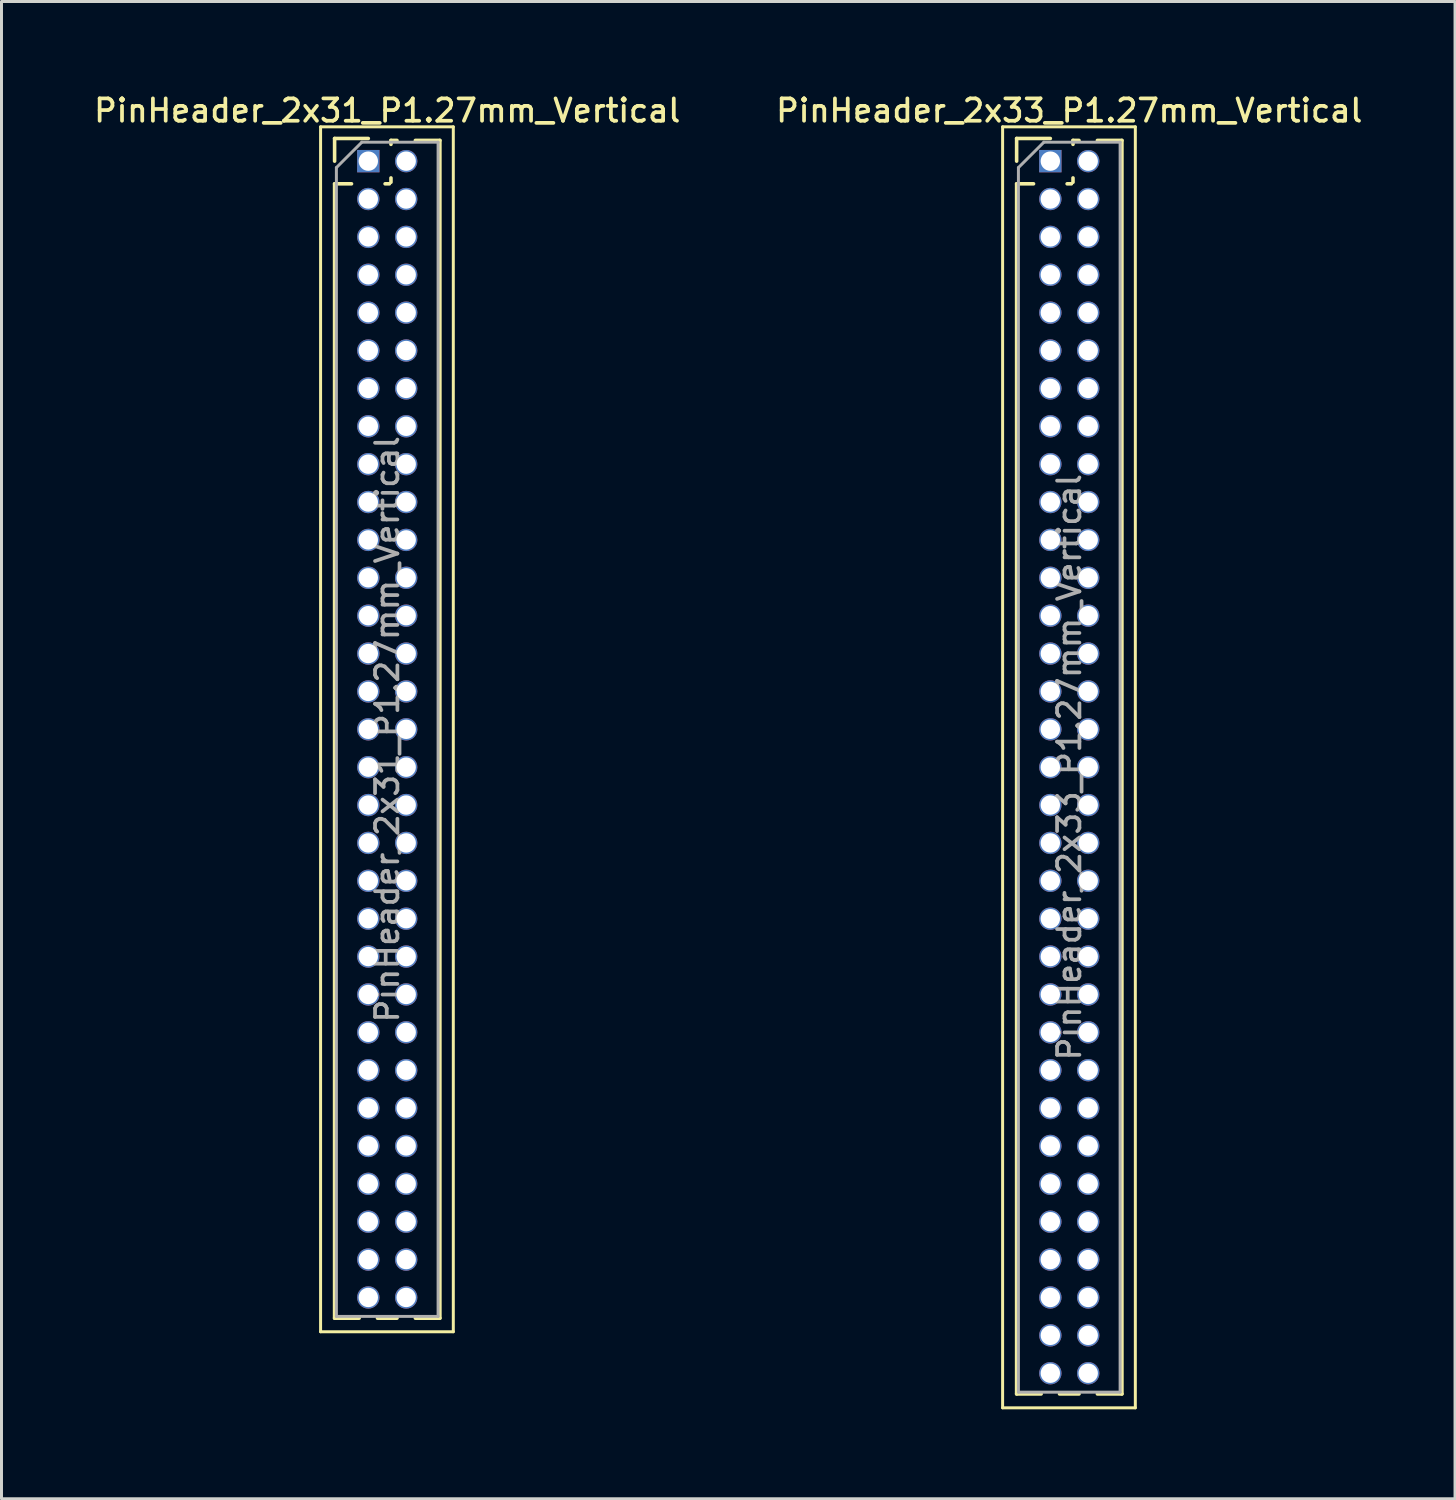
<source format=kicad_pcb>
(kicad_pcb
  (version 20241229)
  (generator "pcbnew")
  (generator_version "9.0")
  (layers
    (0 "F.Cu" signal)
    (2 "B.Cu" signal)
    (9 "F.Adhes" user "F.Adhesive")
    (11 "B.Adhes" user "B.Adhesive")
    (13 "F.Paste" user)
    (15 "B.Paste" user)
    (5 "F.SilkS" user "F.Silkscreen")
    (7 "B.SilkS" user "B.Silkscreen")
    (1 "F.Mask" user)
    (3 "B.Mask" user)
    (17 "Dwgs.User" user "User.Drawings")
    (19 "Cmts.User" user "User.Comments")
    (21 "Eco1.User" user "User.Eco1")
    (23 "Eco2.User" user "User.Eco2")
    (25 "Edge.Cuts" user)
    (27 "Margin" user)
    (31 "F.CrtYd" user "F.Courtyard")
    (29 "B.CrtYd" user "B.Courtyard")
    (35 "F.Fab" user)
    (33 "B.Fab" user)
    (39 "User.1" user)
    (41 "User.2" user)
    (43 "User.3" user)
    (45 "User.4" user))
  (footprint "PinHeader_2x31_P1.27mm_Vertical"
    (layer "F.Cu")
    (at 9.299 2.353)
    (property "Reference" "PinHeader_2x31_P1.27mm_Vertical" (at 0.635 -1.695 0) (layer "F.SilkS") (effects (font (size 0.75 0.75) (thickness 0.125))))
    (attr through_hole)
    (fp_line (start -1.6 -1.15) (end -1.6 39.25) (stroke (width 0.1) (type solid)) (layer "F.SilkS"))
    (fp_line (start -1.6 39.25) (end 2.85 39.25) (stroke (width 0.1) (type solid)) (layer "F.SilkS"))
    (fp_line (start -1.13 -0.76) (end 0 -0.76) (stroke (width 0.12) (type solid)) (layer "F.SilkS"))
    (fp_line (start -1.13 0) (end -1.13 -0.76) (stroke (width 0.12) (type solid)) (layer "F.SilkS"))
    (fp_line (start -1.13 0.76) (end -1.13 38.795) (stroke (width 0.12) (type solid)) (layer "F.SilkS"))
    (fp_line (start -1.13 0.76) (end -0.563 0.76) (stroke (width 0.12) (type solid)) (layer "F.SilkS"))
    (fp_line (start -1.13 38.795) (end -0.308 38.795) (stroke (width 0.12) (type solid)) (layer "F.SilkS"))
    (fp_line (start 0.308 38.795) (end 0.962 38.795) (stroke (width 0.12) (type solid)) (layer "F.SilkS"))
    (fp_line (start 0.563 0.76) (end 0.707 0.76) (stroke (width 0.12) (type solid)) (layer "F.SilkS"))
    (fp_line (start 0.76 -0.695) (end 0.962 -0.695) (stroke (width 0.12) (type solid)) (layer "F.SilkS"))
    (fp_line (start 0.76 -0.563) (end 0.76 -0.695) (stroke (width 0.12) (type solid)) (layer "F.SilkS"))
    (fp_line (start 0.76 0.707) (end 0.76 0.563) (stroke (width 0.12) (type solid)) (layer "F.SilkS"))
    (fp_line (start 1.578 -0.695) (end 2.4 -0.695) (stroke (width 0.12) (type solid)) (layer "F.SilkS"))
    (fp_line (start 1.578 38.795) (end 2.4 38.795) (stroke (width 0.12) (type solid)) (layer "F.SilkS"))
    (fp_line (start 2.4 -0.695) (end 2.4 38.795) (stroke (width 0.12) (type solid)) (layer "F.SilkS"))
    (fp_line (start 2.85 -1.15) (end -1.6 -1.15) (stroke (width 0.1) (type solid)) (layer "F.SilkS"))
    (fp_line (start 2.85 39.25) (end 2.85 -1.15) (stroke (width 0.1) (type solid)) (layer "F.SilkS"))
    (fp_line (start -1.07 0.217) (end -0.217 -0.635) (stroke (width 0.1) (type solid)) (layer "F.Fab"))
    (fp_line (start -1.07 38.735) (end -1.07 0.217) (stroke (width 0.1) (type solid)) (layer "F.Fab"))
    (fp_line (start -0.217 -0.635) (end 2.34 -0.635) (stroke (width 0.1) (type solid)) (layer "F.Fab"))
    (fp_line (start 2.34 -0.635) (end 2.34 38.735) (stroke (width 0.1) (type solid)) (layer "F.Fab"))
    (fp_line (start 2.34 38.735) (end -1.07 38.735) (stroke (width 0.1) (type solid)) (layer "F.Fab"))
    (fp_text user "${REFERENCE}" (at 0.635 19.05 90) (layer "F.Fab") (effects (font (size 0.75 0.75) (thickness 0.125))))
    (pad "1" thru_hole rect (at 0 0) (size 0.75 0.75) (drill 0.65) (layers "*.Cu" "*.Mask"))
    (pad "2" thru_hole oval (at 1.27 0) (size 0.75 0.75) (drill 0.65) (layers "*.Cu" "*.Mask"))
    (pad "3" thru_hole oval (at 0 1.27) (size 0.75 0.75) (drill 0.65) (layers "*.Cu" "*.Mask"))
    (pad "4" thru_hole oval (at 1.27 1.27) (size 0.75 0.75) (drill 0.65) (layers "*.Cu" "*.Mask"))
    (pad "5" thru_hole oval (at 0 2.54) (size 0.75 0.75) (drill 0.65) (layers "*.Cu" "*.Mask"))
    (pad "6" thru_hole oval (at 1.27 2.54) (size 0.75 0.75) (drill 0.65) (layers "*.Cu" "*.Mask"))
    (pad "7" thru_hole oval (at 0 3.81) (size 0.75 0.75) (drill 0.65) (layers "*.Cu" "*.Mask"))
    (pad "8" thru_hole oval (at 1.27 3.81) (size 0.75 0.75) (drill 0.65) (layers "*.Cu" "*.Mask"))
    (pad "9" thru_hole oval (at 0 5.08) (size 0.75 0.75) (drill 0.65) (layers "*.Cu" "*.Mask"))
    (pad "10" thru_hole oval (at 1.27 5.08) (size 0.75 0.75) (drill 0.65) (layers "*.Cu" "*.Mask"))
    (pad "11" thru_hole oval (at 0 6.35) (size 0.75 0.75) (drill 0.65) (layers "*.Cu" "*.Mask"))
    (pad "12" thru_hole oval (at 1.27 6.35) (size 0.75 0.75) (drill 0.65) (layers "*.Cu" "*.Mask"))
    (pad "13" thru_hole oval (at 0 7.62) (size 0.75 0.75) (drill 0.65) (layers "*.Cu" "*.Mask"))
    (pad "14" thru_hole oval (at 1.27 7.62) (size 0.75 0.75) (drill 0.65) (layers "*.Cu" "*.Mask"))
    (pad "15" thru_hole oval (at 0 8.89) (size 0.75 0.75) (drill 0.65) (layers "*.Cu" "*.Mask"))
    (pad "16" thru_hole oval (at 1.27 8.89) (size 0.75 0.75) (drill 0.65) (layers "*.Cu" "*.Mask"))
    (pad "17" thru_hole oval (at 0 10.16) (size 0.75 0.75) (drill 0.65) (layers "*.Cu" "*.Mask"))
    (pad "18" thru_hole oval (at 1.27 10.16) (size 0.75 0.75) (drill 0.65) (layers "*.Cu" "*.Mask"))
    (pad "19" thru_hole oval (at 0 11.43) (size 0.75 0.75) (drill 0.65) (layers "*.Cu" "*.Mask"))
    (pad "20" thru_hole oval (at 1.27 11.43) (size 0.75 0.75) (drill 0.65) (layers "*.Cu" "*.Mask"))
    (pad "21" thru_hole oval (at 0 12.7) (size 0.75 0.75) (drill 0.65) (layers "*.Cu" "*.Mask"))
    (pad "22" thru_hole oval (at 1.27 12.7) (size 0.75 0.75) (drill 0.65) (layers "*.Cu" "*.Mask"))
    (pad "23" thru_hole oval (at 0 13.97) (size 0.75 0.75) (drill 0.65) (layers "*.Cu" "*.Mask"))
    (pad "24" thru_hole oval (at 1.27 13.97) (size 0.75 0.75) (drill 0.65) (layers "*.Cu" "*.Mask"))
    (pad "25" thru_hole oval (at 0 15.24) (size 0.75 0.75) (drill 0.65) (layers "*.Cu" "*.Mask"))
    (pad "26" thru_hole oval (at 1.27 15.24) (size 0.75 0.75) (drill 0.65) (layers "*.Cu" "*.Mask"))
    (pad "27" thru_hole oval (at 0 16.51) (size 0.75 0.75) (drill 0.65) (layers "*.Cu" "*.Mask"))
    (pad "28" thru_hole oval (at 1.27 16.51) (size 0.75 0.75) (drill 0.65) (layers "*.Cu" "*.Mask"))
    (pad "29" thru_hole oval (at 0 17.78) (size 0.75 0.75) (drill 0.65) (layers "*.Cu" "*.Mask"))
    (pad "30" thru_hole oval (at 1.27 17.78) (size 0.75 0.75) (drill 0.65) (layers "*.Cu" "*.Mask"))
    (pad "31" thru_hole oval (at 0 19.05) (size 0.75 0.75) (drill 0.65) (layers "*.Cu" "*.Mask"))
    (pad "32" thru_hole oval (at 1.27 19.05) (size 0.75 0.75) (drill 0.65) (layers "*.Cu" "*.Mask"))
    (pad "33" thru_hole oval (at 0 20.32) (size 0.75 0.75) (drill 0.65) (layers "*.Cu" "*.Mask"))
    (pad "34" thru_hole oval (at 1.27 20.32) (size 0.75 0.75) (drill 0.65) (layers "*.Cu" "*.Mask"))
    (pad "35" thru_hole oval (at 0 21.59) (size 0.75 0.75) (drill 0.65) (layers "*.Cu" "*.Mask"))
    (pad "36" thru_hole oval (at 1.27 21.59) (size 0.75 0.75) (drill 0.65) (layers "*.Cu" "*.Mask"))
    (pad "37" thru_hole oval (at 0 22.86) (size 0.75 0.75) (drill 0.65) (layers "*.Cu" "*.Mask"))
    (pad "38" thru_hole oval (at 1.27 22.86) (size 0.75 0.75) (drill 0.65) (layers "*.Cu" "*.Mask"))
    (pad "39" thru_hole oval (at 0 24.13) (size 0.75 0.75) (drill 0.65) (layers "*.Cu" "*.Mask"))
    (pad "40" thru_hole oval (at 1.27 24.13) (size 0.75 0.75) (drill 0.65) (layers "*.Cu" "*.Mask"))
    (pad "41" thru_hole oval (at 0 25.4) (size 0.75 0.75) (drill 0.65) (layers "*.Cu" "*.Mask"))
    (pad "42" thru_hole oval (at 1.27 25.4) (size 0.75 0.75) (drill 0.65) (layers "*.Cu" "*.Mask"))
    (pad "43" thru_hole oval (at 0 26.67) (size 0.75 0.75) (drill 0.65) (layers "*.Cu" "*.Mask"))
    (pad "44" thru_hole oval (at 1.27 26.67) (size 0.75 0.75) (drill 0.65) (layers "*.Cu" "*.Mask"))
    (pad "45" thru_hole oval (at 0 27.94) (size 0.75 0.75) (drill 0.65) (layers "*.Cu" "*.Mask"))
    (pad "46" thru_hole oval (at 1.27 27.94) (size 0.75 0.75) (drill 0.65) (layers "*.Cu" "*.Mask"))
    (pad "47" thru_hole oval (at 0 29.21) (size 0.75 0.75) (drill 0.65) (layers "*.Cu" "*.Mask"))
    (pad "48" thru_hole oval (at 1.27 29.21) (size 0.75 0.75) (drill 0.65) (layers "*.Cu" "*.Mask"))
    (pad "49" thru_hole oval (at 0 30.48) (size 0.75 0.75) (drill 0.65) (layers "*.Cu" "*.Mask"))
    (pad "50" thru_hole oval (at 1.27 30.48) (size 0.75 0.75) (drill 0.65) (layers "*.Cu" "*.Mask"))
    (pad "51" thru_hole oval (at 0 31.75) (size 0.75 0.75) (drill 0.65) (layers "*.Cu" "*.Mask"))
    (pad "52" thru_hole oval (at 1.27 31.75) (size 0.75 0.75) (drill 0.65) (layers "*.Cu" "*.Mask"))
    (pad "53" thru_hole oval (at 0 33.02) (size 0.75 0.75) (drill 0.65) (layers "*.Cu" "*.Mask"))
    (pad "54" thru_hole oval (at 1.27 33.02) (size 0.75 0.75) (drill 0.65) (layers "*.Cu" "*.Mask"))
    (pad "55" thru_hole oval (at 0 34.29) (size 0.75 0.75) (drill 0.65) (layers "*.Cu" "*.Mask"))
    (pad "56" thru_hole oval (at 1.27 34.29) (size 0.75 0.75) (drill 0.65) (layers "*.Cu" "*.Mask"))
    (pad "57" thru_hole oval (at 0 35.56) (size 0.75 0.75) (drill 0.65) (layers "*.Cu" "*.Mask"))
    (pad "58" thru_hole oval (at 1.27 35.56) (size 0.75 0.75) (drill 0.65) (layers "*.Cu" "*.Mask"))
    (pad "59" thru_hole oval (at 0 36.83) (size 0.75 0.75) (drill 0.65) (layers "*.Cu" "*.Mask"))
    (pad "60" thru_hole oval (at 1.27 36.83) (size 0.75 0.75) (drill 0.65) (layers "*.Cu" "*.Mask"))
    (pad "61" thru_hole oval (at 0 38.1) (size 0.75 0.75) (drill 0.65) (layers "*.Cu" "*.Mask"))
    (pad "62" thru_hole oval (at 1.27 38.1) (size 0.75 0.75) (drill 0.65) (layers "*.Cu" "*.Mask")))
  (footprint "PinHeader_2x33_P1.27mm_Vertical"
    (layer "F.Cu")
    (at 32.167 2.353)
    (property "Reference" "PinHeader_2x33_P1.27mm_Vertical" (at 0.635 -1.695 0) (layer "F.SilkS") (effects (font (size 0.75 0.75) (thickness 0.125))))
    (attr through_hole)
    (fp_line (start -1.6 -1.15) (end -1.6 41.8) (stroke (width 0.1) (type solid)) (layer "F.SilkS"))
    (fp_line (start -1.6 41.8) (end 2.85 41.8) (stroke (width 0.1) (type solid)) (layer "F.SilkS"))
    (fp_line (start -1.13 -0.76) (end 0 -0.76) (stroke (width 0.12) (type solid)) (layer "F.SilkS"))
    (fp_line (start -1.13 0) (end -1.13 -0.76) (stroke (width 0.12) (type solid)) (layer "F.SilkS"))
    (fp_line (start -1.13 0.76) (end -1.13 41.335) (stroke (width 0.12) (type solid)) (layer "F.SilkS"))
    (fp_line (start -1.13 0.76) (end -0.563 0.76) (stroke (width 0.12) (type solid)) (layer "F.SilkS"))
    (fp_line (start -1.13 41.335) (end -0.308 41.335) (stroke (width 0.12) (type solid)) (layer "F.SilkS"))
    (fp_line (start 0.308 41.335) (end 0.962 41.335) (stroke (width 0.12) (type solid)) (layer "F.SilkS"))
    (fp_line (start 0.563 0.76) (end 0.707 0.76) (stroke (width 0.12) (type solid)) (layer "F.SilkS"))
    (fp_line (start 0.76 -0.695) (end 0.962 -0.695) (stroke (width 0.12) (type solid)) (layer "F.SilkS"))
    (fp_line (start 0.76 -0.563) (end 0.76 -0.695) (stroke (width 0.12) (type solid)) (layer "F.SilkS"))
    (fp_line (start 0.76 0.707) (end 0.76 0.563) (stroke (width 0.12) (type solid)) (layer "F.SilkS"))
    (fp_line (start 1.578 -0.695) (end 2.4 -0.695) (stroke (width 0.12) (type solid)) (layer "F.SilkS"))
    (fp_line (start 1.578 41.335) (end 2.4 41.335) (stroke (width 0.12) (type solid)) (layer "F.SilkS"))
    (fp_line (start 2.4 -0.695) (end 2.4 41.335) (stroke (width 0.12) (type solid)) (layer "F.SilkS"))
    (fp_line (start 2.85 -1.15) (end -1.6 -1.15) (stroke (width 0.1) (type solid)) (layer "F.SilkS"))
    (fp_line (start 2.85 41.8) (end 2.85 -1.15) (stroke (width 0.1) (type solid)) (layer "F.SilkS"))
    (fp_line (start -1.07 0.217) (end -0.217 -0.635) (stroke (width 0.1) (type solid)) (layer "F.Fab"))
    (fp_line (start -1.07 41.275) (end -1.07 0.217) (stroke (width 0.1) (type solid)) (layer "F.Fab"))
    (fp_line (start -0.217 -0.635) (end 2.34 -0.635) (stroke (width 0.1) (type solid)) (layer "F.Fab"))
    (fp_line (start 2.34 -0.635) (end 2.34 41.275) (stroke (width 0.1) (type solid)) (layer "F.Fab"))
    (fp_line (start 2.34 41.275) (end -1.07 41.275) (stroke (width 0.1) (type solid)) (layer "F.Fab"))
    (fp_text user "${REFERENCE}" (at 0.635 20.32 90) (layer "F.Fab") (effects (font (size 0.75 0.75) (thickness 0.125))))
    (pad "1" thru_hole rect (at 0 0) (size 0.75 0.75) (drill 0.65) (layers "*.Cu" "*.Mask"))
    (pad "2" thru_hole oval (at 1.27 0) (size 0.75 0.75) (drill 0.65) (layers "*.Cu" "*.Mask"))
    (pad "3" thru_hole oval (at 0 1.27) (size 0.75 0.75) (drill 0.65) (layers "*.Cu" "*.Mask"))
    (pad "4" thru_hole oval (at 1.27 1.27) (size 0.75 0.75) (drill 0.65) (layers "*.Cu" "*.Mask"))
    (pad "5" thru_hole oval (at 0 2.54) (size 0.75 0.75) (drill 0.65) (layers "*.Cu" "*.Mask"))
    (pad "6" thru_hole oval (at 1.27 2.54) (size 0.75 0.75) (drill 0.65) (layers "*.Cu" "*.Mask"))
    (pad "7" thru_hole oval (at 0 3.81) (size 0.75 0.75) (drill 0.65) (layers "*.Cu" "*.Mask"))
    (pad "8" thru_hole oval (at 1.27 3.81) (size 0.75 0.75) (drill 0.65) (layers "*.Cu" "*.Mask"))
    (pad "9" thru_hole oval (at 0 5.08) (size 0.75 0.75) (drill 0.65) (layers "*.Cu" "*.Mask"))
    (pad "10" thru_hole oval (at 1.27 5.08) (size 0.75 0.75) (drill 0.65) (layers "*.Cu" "*.Mask"))
    (pad "11" thru_hole oval (at 0 6.35) (size 0.75 0.75) (drill 0.65) (layers "*.Cu" "*.Mask"))
    (pad "12" thru_hole oval (at 1.27 6.35) (size 0.75 0.75) (drill 0.65) (layers "*.Cu" "*.Mask"))
    (pad "13" thru_hole oval (at 0 7.62) (size 0.75 0.75) (drill 0.65) (layers "*.Cu" "*.Mask"))
    (pad "14" thru_hole oval (at 1.27 7.62) (size 0.75 0.75) (drill 0.65) (layers "*.Cu" "*.Mask"))
    (pad "15" thru_hole oval (at 0 8.89) (size 0.75 0.75) (drill 0.65) (layers "*.Cu" "*.Mask"))
    (pad "16" thru_hole oval (at 1.27 8.89) (size 0.75 0.75) (drill 0.65) (layers "*.Cu" "*.Mask"))
    (pad "17" thru_hole oval (at 0 10.16) (size 0.75 0.75) (drill 0.65) (layers "*.Cu" "*.Mask"))
    (pad "18" thru_hole oval (at 1.27 10.16) (size 0.75 0.75) (drill 0.65) (layers "*.Cu" "*.Mask"))
    (pad "19" thru_hole oval (at 0 11.43) (size 0.75 0.75) (drill 0.65) (layers "*.Cu" "*.Mask"))
    (pad "20" thru_hole oval (at 1.27 11.43) (size 0.75 0.75) (drill 0.65) (layers "*.Cu" "*.Mask"))
    (pad "21" thru_hole oval (at 0 12.7) (size 0.75 0.75) (drill 0.65) (layers "*.Cu" "*.Mask"))
    (pad "22" thru_hole oval (at 1.27 12.7) (size 0.75 0.75) (drill 0.65) (layers "*.Cu" "*.Mask"))
    (pad "23" thru_hole oval (at 0 13.97) (size 0.75 0.75) (drill 0.65) (layers "*.Cu" "*.Mask"))
    (pad "24" thru_hole oval (at 1.27 13.97) (size 0.75 0.75) (drill 0.65) (layers "*.Cu" "*.Mask"))
    (pad "25" thru_hole oval (at 0 15.24) (size 0.75 0.75) (drill 0.65) (layers "*.Cu" "*.Mask"))
    (pad "26" thru_hole oval (at 1.27 15.24) (size 0.75 0.75) (drill 0.65) (layers "*.Cu" "*.Mask"))
    (pad "27" thru_hole oval (at 0 16.51) (size 0.75 0.75) (drill 0.65) (layers "*.Cu" "*.Mask"))
    (pad "28" thru_hole oval (at 1.27 16.51) (size 0.75 0.75) (drill 0.65) (layers "*.Cu" "*.Mask"))
    (pad "29" thru_hole oval (at 0 17.78) (size 0.75 0.75) (drill 0.65) (layers "*.Cu" "*.Mask"))
    (pad "30" thru_hole oval (at 1.27 17.78) (size 0.75 0.75) (drill 0.65) (layers "*.Cu" "*.Mask"))
    (pad "31" thru_hole oval (at 0 19.05) (size 0.75 0.75) (drill 0.65) (layers "*.Cu" "*.Mask"))
    (pad "32" thru_hole oval (at 1.27 19.05) (size 0.75 0.75) (drill 0.65) (layers "*.Cu" "*.Mask"))
    (pad "33" thru_hole oval (at 0 20.32) (size 0.75 0.75) (drill 0.65) (layers "*.Cu" "*.Mask"))
    (pad "34" thru_hole oval (at 1.27 20.32) (size 0.75 0.75) (drill 0.65) (layers "*.Cu" "*.Mask"))
    (pad "35" thru_hole oval (at 0 21.59) (size 0.75 0.75) (drill 0.65) (layers "*.Cu" "*.Mask"))
    (pad "36" thru_hole oval (at 1.27 21.59) (size 0.75 0.75) (drill 0.65) (layers "*.Cu" "*.Mask"))
    (pad "37" thru_hole oval (at 0 22.86) (size 0.75 0.75) (drill 0.65) (layers "*.Cu" "*.Mask"))
    (pad "38" thru_hole oval (at 1.27 22.86) (size 0.75 0.75) (drill 0.65) (layers "*.Cu" "*.Mask"))
    (pad "39" thru_hole oval (at 0 24.13) (size 0.75 0.75) (drill 0.65) (layers "*.Cu" "*.Mask"))
    (pad "40" thru_hole oval (at 1.27 24.13) (size 0.75 0.75) (drill 0.65) (layers "*.Cu" "*.Mask"))
    (pad "41" thru_hole oval (at 0 25.4) (size 0.75 0.75) (drill 0.65) (layers "*.Cu" "*.Mask"))
    (pad "42" thru_hole oval (at 1.27 25.4) (size 0.75 0.75) (drill 0.65) (layers "*.Cu" "*.Mask"))
    (pad "43" thru_hole oval (at 0 26.67) (size 0.75 0.75) (drill 0.65) (layers "*.Cu" "*.Mask"))
    (pad "44" thru_hole oval (at 1.27 26.67) (size 0.75 0.75) (drill 0.65) (layers "*.Cu" "*.Mask"))
    (pad "45" thru_hole oval (at 0 27.94) (size 0.75 0.75) (drill 0.65) (layers "*.Cu" "*.Mask"))
    (pad "46" thru_hole oval (at 1.27 27.94) (size 0.75 0.75) (drill 0.65) (layers "*.Cu" "*.Mask"))
    (pad "47" thru_hole oval (at 0 29.21) (size 0.75 0.75) (drill 0.65) (layers "*.Cu" "*.Mask"))
    (pad "48" thru_hole oval (at 1.27 29.21) (size 0.75 0.75) (drill 0.65) (layers "*.Cu" "*.Mask"))
    (pad "49" thru_hole oval (at 0 30.48) (size 0.75 0.75) (drill 0.65) (layers "*.Cu" "*.Mask"))
    (pad "50" thru_hole oval (at 1.27 30.48) (size 0.75 0.75) (drill 0.65) (layers "*.Cu" "*.Mask"))
    (pad "51" thru_hole oval (at 0 31.75) (size 0.75 0.75) (drill 0.65) (layers "*.Cu" "*.Mask"))
    (pad "52" thru_hole oval (at 1.27 31.75) (size 0.75 0.75) (drill 0.65) (layers "*.Cu" "*.Mask"))
    (pad "53" thru_hole oval (at 0 33.02) (size 0.75 0.75) (drill 0.65) (layers "*.Cu" "*.Mask"))
    (pad "54" thru_hole oval (at 1.27 33.02) (size 0.75 0.75) (drill 0.65) (layers "*.Cu" "*.Mask"))
    (pad "55" thru_hole oval (at 0 34.29) (size 0.75 0.75) (drill 0.65) (layers "*.Cu" "*.Mask"))
    (pad "56" thru_hole oval (at 1.27 34.29) (size 0.75 0.75) (drill 0.65) (layers "*.Cu" "*.Mask"))
    (pad "57" thru_hole oval (at 0 35.56) (size 0.75 0.75) (drill 0.65) (layers "*.Cu" "*.Mask"))
    (pad "58" thru_hole oval (at 1.27 35.56) (size 0.75 0.75) (drill 0.65) (layers "*.Cu" "*.Mask"))
    (pad "59" thru_hole oval (at 0 36.83) (size 0.75 0.75) (drill 0.65) (layers "*.Cu" "*.Mask"))
    (pad "60" thru_hole oval (at 1.27 36.83) (size 0.75 0.75) (drill 0.65) (layers "*.Cu" "*.Mask"))
    (pad "61" thru_hole oval (at 0 38.1) (size 0.75 0.75) (drill 0.65) (layers "*.Cu" "*.Mask"))
    (pad "62" thru_hole oval (at 1.27 38.1) (size 0.75 0.75) (drill 0.65) (layers "*.Cu" "*.Mask"))
    (pad "63" thru_hole oval (at 0 39.37) (size 0.75 0.75) (drill 0.65) (layers "*.Cu" "*.Mask"))
    (pad "64" thru_hole oval (at 1.27 39.37) (size 0.75 0.75) (drill 0.65) (layers "*.Cu" "*.Mask"))
    (pad "65" thru_hole oval (at 0 40.64) (size 0.75 0.75) (drill 0.65) (layers "*.Cu" "*.Mask"))
    (pad "66" thru_hole oval (at 1.27 40.64) (size 0.75 0.75) (drill 0.65) (layers "*.Cu" "*.Mask")))
  (gr_rect
    (start -3 -3)
    (end 45.736 47.203)
    (stroke (width 0.1) (type default))
    (fill no)
    (layer "Edge.Cuts")))
</source>
